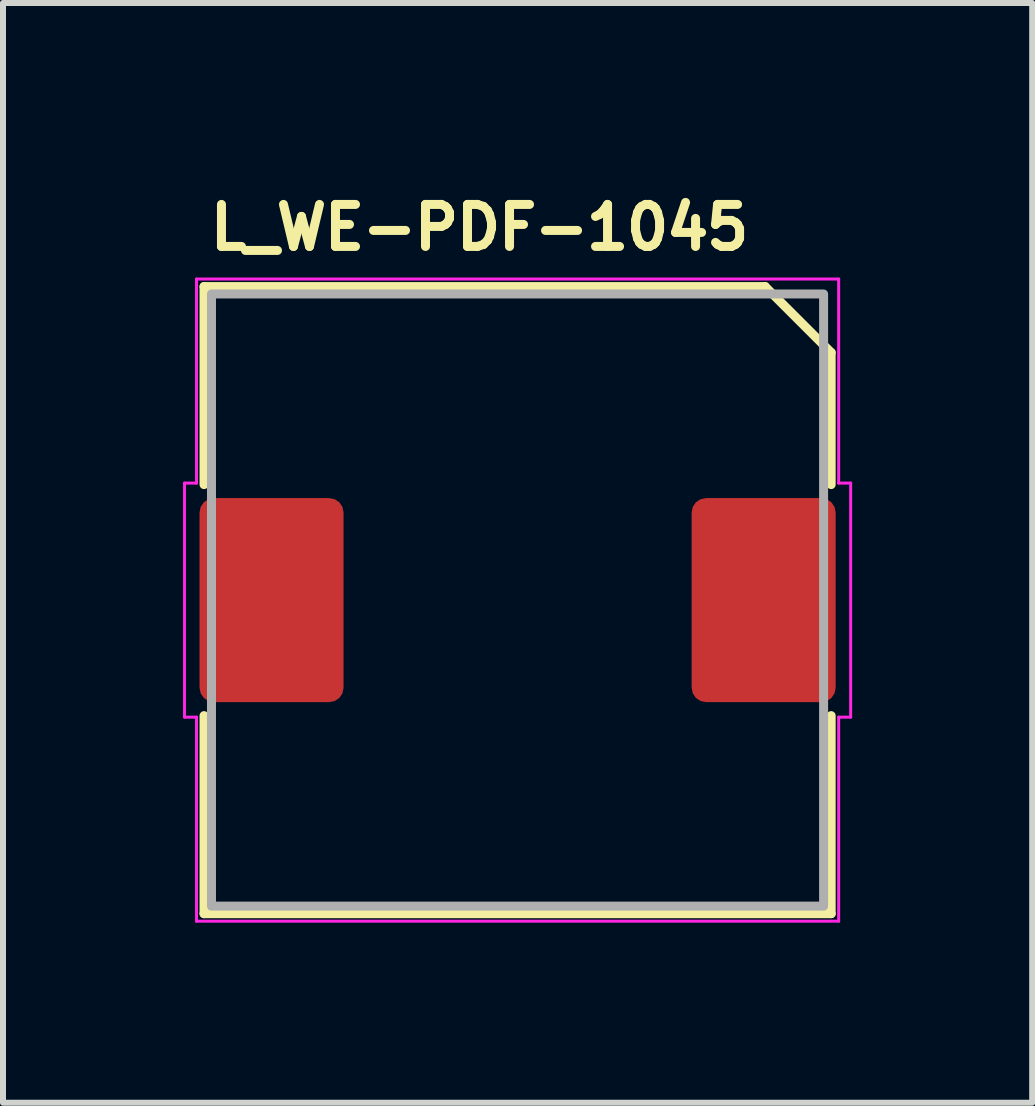
<source format=kicad_pcb>
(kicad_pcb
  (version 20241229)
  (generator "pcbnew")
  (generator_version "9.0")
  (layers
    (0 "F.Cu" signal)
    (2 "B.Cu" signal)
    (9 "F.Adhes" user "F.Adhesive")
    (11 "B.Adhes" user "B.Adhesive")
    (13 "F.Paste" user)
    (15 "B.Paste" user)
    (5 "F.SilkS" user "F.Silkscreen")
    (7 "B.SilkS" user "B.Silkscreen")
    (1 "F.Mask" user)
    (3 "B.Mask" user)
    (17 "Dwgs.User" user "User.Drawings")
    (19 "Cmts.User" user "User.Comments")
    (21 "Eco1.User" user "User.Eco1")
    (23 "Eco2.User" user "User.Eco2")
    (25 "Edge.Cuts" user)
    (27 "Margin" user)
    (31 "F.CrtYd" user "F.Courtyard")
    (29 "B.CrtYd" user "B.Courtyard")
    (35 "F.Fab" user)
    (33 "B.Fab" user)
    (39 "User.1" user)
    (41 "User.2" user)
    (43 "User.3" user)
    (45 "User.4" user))
  (footprint "L_WE-PDF-1045"
    (layer "F.Cu")
    (at 5.575 6.95)
    (property "Reference" "L_WE-PDF-1045" (at -5.2 -5.8 180) (layer "F.SilkS") (effects (font (size 0.7 0.7) (thickness 0.15)) (justify left bottom)))
    (attr smd)
    (fp_line (start -5.225 -5.225) (end 4.125 -5.225) (stroke (width 0.15) (type solid)) (layer "F.SilkS"))
    (fp_line (start -5.225 -1.925) (end -5.225 -5.225) (stroke (width 0.15) (type solid)) (layer "F.SilkS"))
    (fp_line (start -5.225 5.225) (end -5.225 1.925) (stroke (width 0.15) (type solid)) (layer "F.SilkS"))
    (fp_line (start 4.125 -5.225) (end 5.225 -4.125) (stroke (width 0.15) (type solid)) (layer "F.SilkS"))
    (fp_line (start 5.225 -4.125) (end 5.225 -1.925) (stroke (width 0.15) (type solid)) (layer "F.SilkS"))
    (fp_line (start 5.225 1.925) (end 5.225 5.225) (stroke (width 0.15) (type solid)) (layer "F.SilkS"))
    (fp_line (start 5.225 5.225) (end -5.225 5.225) (stroke (width 0.15) (type solid)) (layer "F.SilkS"))
    (fp_line (start -5.55 -1.95) (end -5.55 1.95) (stroke (width 0.05) (type solid)) (layer "F.CrtYd"))
    (fp_line (start -5.55 1.95) (end -5.35 1.95) (stroke (width 0.05) (type solid)) (layer "F.CrtYd"))
    (fp_line (start -5.35 -5.35) (end -5.35 -1.95) (stroke (width 0.05) (type solid)) (layer "F.CrtYd"))
    (fp_line (start -5.35 -1.95) (end -5.55 -1.95) (stroke (width 0.05) (type solid)) (layer "F.CrtYd"))
    (fp_line (start -5.35 1.95) (end -5.35 5.35) (stroke (width 0.05) (type solid)) (layer "F.CrtYd"))
    (fp_line (start -5.35 5.35) (end 5.35 5.35) (stroke (width 0.05) (type solid)) (layer "F.CrtYd"))
    (fp_line (start 5.35 -5.35) (end -5.35 -5.35) (stroke (width 0.05) (type solid)) (layer "F.CrtYd"))
    (fp_line (start 5.35 -1.95) (end 5.35 -5.35) (stroke (width 0.05) (type solid)) (layer "F.CrtYd"))
    (fp_line (start 5.35 1.95) (end 5.55 1.95) (stroke (width 0.05) (type solid)) (layer "F.CrtYd"))
    (fp_line (start 5.35 5.35) (end 5.35 1.95) (stroke (width 0.05) (type solid)) (layer "F.CrtYd"))
    (fp_line (start 5.55 -1.95) (end 5.35 -1.95) (stroke (width 0.05) (type solid)) (layer "F.CrtYd"))
    (fp_line (start 5.55 -1.95) (end 5.55 1.95) (stroke (width 0.05) (type solid)) (layer "F.CrtYd"))
    (fp_rect (start -5.101 -5.101) (end 5.099 5.099) (stroke (width 0.15) (type solid)) (fill no) (layer "F.Fab"))
    (fp_rect (start -5.1 -5.1) (end 5.1 5.1) (stroke (width 0.1) (type solid)) (fill no) (layer "User.5"))
    (fp_line (start -5.099 -4.099) (end -5.099 4.1) (stroke (width 0.02) (type solid)) (layer "User.9"))
    (fp_line (start -5.099 4.1) (end -5.097 4.151) (stroke (width 0.02) (type solid)) (layer "User.9"))
    (fp_line (start -5.097 -4.148) (end -5.099 -4.099) (stroke (width 0.02) (type solid)) (layer "User.9"))
    (fp_line (start -5.097 4.151) (end -5.094 4.199) (stroke (width 0.02) (type solid)) (layer "User.9"))
    (fp_line (start -5.094 -4.198) (end -5.097 -4.148) (stroke (width 0.02) (type solid)) (layer "User.9"))
    (fp_line (start -5.094 4.199) (end -5.089 4.249) (stroke (width 0.02) (type solid)) (layer "User.9"))
    (fp_line (start -5.089 -4.246) (end -5.094 -4.198) (stroke (width 0.02) (type solid)) (layer "User.9"))
    (fp_line (start -5.089 4.249) (end -5.079 4.297) (stroke (width 0.02) (type solid)) (layer "User.9"))
    (fp_line (start -5.079 -4.296) (end -5.089 -4.246) (stroke (width 0.02) (type solid)) (layer "User.9"))
    (fp_line (start -5.079 4.297) (end -5.068 4.345) (stroke (width 0.02) (type solid)) (layer "User.9"))
    (fp_line (start -5.068 -4.342) (end -5.079 -4.296) (stroke (width 0.02) (type solid)) (layer "User.9"))
    (fp_line (start -5.068 4.345) (end -5.055 4.391) (stroke (width 0.02) (type solid)) (layer "User.9"))
    (fp_line (start -5.055 -4.389) (end -5.068 -4.342) (stroke (width 0.02) (type solid)) (layer "User.9"))
    (fp_line (start -5.055 4.391) (end -5.041 4.438) (stroke (width 0.02) (type solid)) (layer "User.9"))
    (fp_line (start -5.041 -4.437) (end -5.055 -4.389) (stroke (width 0.02) (type solid)) (layer "User.9"))
    (fp_line (start -5.041 4.438) (end -5.022 4.483) (stroke (width 0.02) (type solid)) (layer "User.9"))
    (fp_line (start -5.022 -4.482) (end -5.041 -4.437) (stroke (width 0.02) (type solid)) (layer "User.9"))
    (fp_line (start -5.022 4.483) (end -5.004 4.529) (stroke (width 0.02) (type solid)) (layer "User.9"))
    (fp_line (start -5.004 -4.527) (end -5.022 -4.482) (stroke (width 0.02) (type solid)) (layer "User.9"))
    (fp_line (start -5.004 4.529) (end -4.982 4.571) (stroke (width 0.02) (type solid)) (layer "User.9"))
    (fp_line (start -4.982 -4.57) (end -5.004 -4.527) (stroke (width 0.02) (type solid)) (layer "User.9"))
    (fp_line (start -4.982 4.571) (end -4.958 4.614) (stroke (width 0.02) (type solid)) (layer "User.9"))
    (fp_line (start -4.958 -4.613) (end -4.982 -4.57) (stroke (width 0.02) (type solid)) (layer "User.9"))
    (fp_line (start -4.958 4.614) (end -4.93 4.656) (stroke (width 0.02) (type solid)) (layer "User.9"))
    (fp_line (start -4.93 -4.653) (end -4.958 -4.613) (stroke (width 0.02) (type solid)) (layer "User.9"))
    (fp_line (start -4.93 4.656) (end -4.903 4.696) (stroke (width 0.02) (type solid)) (layer "User.9"))
    (fp_line (start -4.903 -4.693) (end -4.93 -4.653) (stroke (width 0.02) (type solid)) (layer "User.9"))
    (fp_line (start -4.903 4.696) (end -4.873 4.734) (stroke (width 0.02) (type solid)) (layer "User.9"))
    (fp_line (start -4.873 -4.733) (end -4.903 -4.693) (stroke (width 0.02) (type solid)) (layer "User.9"))
    (fp_line (start -4.873 4.734) (end -4.841 4.773) (stroke (width 0.02) (type solid)) (layer "User.9"))
    (fp_line (start -4.841 -4.77) (end -4.873 -4.733) (stroke (width 0.02) (type solid)) (layer "User.9"))
    (fp_line (start -4.841 4.773) (end -4.807 4.808) (stroke (width 0.02) (type solid)) (layer "User.9"))
    (fp_line (start -4.807 -4.807) (end -4.841 -4.77) (stroke (width 0.02) (type solid)) (layer "User.9"))
    (fp_line (start -4.807 4.808) (end -4.77 4.843) (stroke (width 0.02) (type solid)) (layer "User.9"))
    (fp_line (start -4.77 -4.841) (end -4.807 -4.807) (stroke (width 0.02) (type solid)) (layer "User.9"))
    (fp_line (start -4.77 4.843) (end -4.733 4.874) (stroke (width 0.02) (type solid)) (layer "User.9"))
    (fp_line (start -4.733 -4.873) (end -4.77 -4.841) (stroke (width 0.02) (type solid)) (layer "User.9"))
    (fp_line (start -4.733 4.874) (end -4.693 4.904) (stroke (width 0.02) (type solid)) (layer "User.9"))
    (fp_line (start -4.693 -4.903) (end -4.733 -4.873) (stroke (width 0.02) (type solid)) (layer "User.9"))
    (fp_line (start -4.693 4.904) (end -4.653 4.933) (stroke (width 0.02) (type solid)) (layer "User.9"))
    (fp_line (start -4.653 -4.93) (end -4.693 -4.903) (stroke (width 0.02) (type solid)) (layer "User.9"))
    (fp_line (start -4.653 4.933) (end -4.613 4.96) (stroke (width 0.02) (type solid)) (layer "User.9"))
    (fp_line (start -4.613 -4.958) (end -4.653 -4.93) (stroke (width 0.02) (type solid)) (layer "User.9"))
    (fp_line (start -4.613 4.96) (end -4.57 4.984) (stroke (width 0.02) (type solid)) (layer "User.9"))
    (fp_line (start -4.57 -4.982) (end -4.613 -4.958) (stroke (width 0.02) (type solid)) (layer "User.9"))
    (fp_line (start -4.57 4.984) (end -4.527 5.005) (stroke (width 0.02) (type solid)) (layer "User.9"))
    (fp_line (start -4.527 -5.004) (end -4.57 -4.982) (stroke (width 0.02) (type solid)) (layer "User.9"))
    (fp_line (start -4.527 5.005) (end -4.482 5.024) (stroke (width 0.02) (type solid)) (layer "User.9"))
    (fp_line (start -4.482 -5.022) (end -4.527 -5.004) (stroke (width 0.02) (type solid)) (layer "User.9"))
    (fp_line (start -4.482 5.024) (end -4.437 5.042) (stroke (width 0.02) (type solid)) (layer "User.9"))
    (fp_line (start -4.437 -5.041) (end -4.482 -5.022) (stroke (width 0.02) (type solid)) (layer "User.9"))
    (fp_line (start -4.437 5.042) (end -4.389 5.058) (stroke (width 0.02) (type solid)) (layer "User.9"))
    (fp_line (start -4.4 -4.099) (end -4.4 -2.361) (stroke (width 0.02) (type solid)) (layer "User.9"))
    (fp_line (start -4.4 -2.361) (end -4.398 -2.35) (stroke (width 0.02) (type solid)) (layer "User.9"))
    (fp_line (start -4.398 -4.113) (end -4.4 -4.099) (stroke (width 0.02) (type solid)) (layer "User.9"))
    (fp_line (start -4.398 -2.35) (end -4.398 -2.341) (stroke (width 0.02) (type solid)) (layer "User.9"))
    (fp_line (start -4.398 -2.341) (end -4.397 -2.33) (stroke (width 0.02) (type solid)) (layer "User.9"))
    (fp_line (start -4.397 -4.129) (end -4.398 -4.113) (stroke (width 0.02) (type solid)) (layer "User.9"))
    (fp_line (start -4.397 -2.33) (end -4.395 -2.322) (stroke (width 0.02) (type solid)) (layer "User.9"))
    (fp_line (start -4.397 -0.138) (end -4.395 0.186) (stroke (width 0.02) (type solid)) (layer "User.9"))
    (fp_line (start -4.395 -4.144) (end -4.397 -4.129) (stroke (width 0.02) (type solid)) (layer "User.9"))
    (fp_line (start -4.395 -2.322) (end -4.392 -2.311) (stroke (width 0.02) (type solid)) (layer "User.9"))
    (fp_line (start -4.395 0.186) (end -4.37 0.509) (stroke (width 0.02) (type solid)) (layer "User.9"))
    (fp_line (start -4.394 -4.158) (end -4.395 -4.144) (stroke (width 0.02) (type solid)) (layer "User.9"))
    (fp_line (start -4.392 -2.311) (end -4.39 -2.302) (stroke (width 0.02) (type solid)) (layer "User.9"))
    (fp_line (start -4.39 -2.302) (end -4.387 -2.293) (stroke (width 0.02) (type solid)) (layer "User.9"))
    (fp_line (start -4.389 -5.055) (end -4.437 -5.041) (stroke (width 0.02) (type solid)) (layer "User.9"))
    (fp_line (start -4.389 -4.172) (end -4.394 -4.158) (stroke (width 0.02) (type solid)) (layer "User.9"))
    (fp_line (start -4.389 5.058) (end -4.342 5.071) (stroke (width 0.02) (type solid)) (layer "User.9"))
    (fp_line (start -4.387 -4.187) (end -4.389 -4.172) (stroke (width 0.02) (type solid)) (layer "User.9"))
    (fp_line (start -4.387 -2.293) (end -4.384 -2.284) (stroke (width 0.02) (type solid)) (layer "User.9"))
    (fp_line (start -4.384 -2.284) (end -4.379 -2.276) (stroke (width 0.02) (type solid)) (layer "User.9"))
    (fp_line (start -4.381 -4.201) (end -4.387 -4.187) (stroke (width 0.02) (type solid)) (layer "User.9"))
    (fp_line (start -4.379 -2.276) (end -4.376 -2.266) (stroke (width 0.02) (type solid)) (layer "User.9"))
    (fp_line (start -4.376 -4.214) (end -4.381 -4.201) (stroke (width 0.02) (type solid)) (layer "User.9"))
    (fp_line (start -4.376 -2.266) (end -4.371 -2.257) (stroke (width 0.02) (type solid)) (layer "User.9"))
    (fp_line (start -4.374 -0.463) (end -4.397 -0.138) (stroke (width 0.02) (type solid)) (layer "User.9"))
    (fp_line (start -4.371 -4.227) (end -4.376 -4.214) (stroke (width 0.02) (type solid)) (layer "User.9"))
    (fp_line (start -4.371 -2.257) (end -4.365 -2.249) (stroke (width 0.02) (type solid)) (layer "User.9"))
    (fp_line (start -4.37 0.509) (end -4.32 0.829) (stroke (width 0.02) (type solid)) (layer "User.9"))
    (fp_line (start -4.365 -2.249) (end -4.36 -2.241) (stroke (width 0.02) (type solid)) (layer "User.9"))
    (fp_line (start -4.363 -4.24) (end -4.371 -4.227) (stroke (width 0.02) (type solid)) (layer "User.9"))
    (fp_line (start -4.36 -2.241) (end -4.354 -2.233) (stroke (width 0.02) (type solid)) (layer "User.9"))
    (fp_line (start -4.357 -4.254) (end -4.363 -4.24) (stroke (width 0.02) (type solid)) (layer "User.9"))
    (fp_line (start -4.354 -2.233) (end -4.347 -2.226) (stroke (width 0.02) (type solid)) (layer "User.9"))
    (fp_line (start -4.349 -4.265) (end -4.357 -4.254) (stroke (width 0.02) (type solid)) (layer "User.9"))
    (fp_line (start -4.347 -2.226) (end -4.341 -2.22) (stroke (width 0.02) (type solid)) (layer "User.9"))
    (fp_line (start -4.342 -5.068) (end -4.389 -5.055) (stroke (width 0.02) (type solid)) (layer "User.9"))
    (fp_line (start -4.342 5.071) (end -4.296 5.082) (stroke (width 0.02) (type solid)) (layer "User.9"))
    (fp_line (start -4.341 -4.278) (end -4.349 -4.265) (stroke (width 0.02) (type solid)) (layer "User.9"))
    (fp_line (start -4.341 -2.22) (end -4.083 -1.961) (stroke (width 0.02) (type solid)) (layer "User.9"))
    (fp_line (start -4.331 -4.289) (end -4.341 -4.278) (stroke (width 0.02) (type solid)) (layer "User.9"))
    (fp_line (start -4.328 -0.787) (end -4.374 -0.463) (stroke (width 0.02) (type solid)) (layer "User.9"))
    (fp_line (start -4.321 -4.301) (end -4.331 -4.289) (stroke (width 0.02) (type solid)) (layer "User.9"))
    (fp_line (start -4.32 0.829) (end -4.248 1.143) (stroke (width 0.02) (type solid)) (layer "User.9"))
    (fp_line (start -4.312 -4.312) (end -4.321 -4.301) (stroke (width 0.02) (type solid)) (layer "User.9"))
    (fp_line (start -4.301 -4.321) (end -4.312 -4.312) (stroke (width 0.02) (type solid)) (layer "User.9"))
    (fp_line (start -4.296 -5.079) (end -4.342 -5.068) (stroke (width 0.02) (type solid)) (layer "User.9"))
    (fp_line (start -4.296 5.082) (end -4.246 5.09) (stroke (width 0.02) (type solid)) (layer "User.9"))
    (fp_line (start -4.289 -4.331) (end -4.301 -4.321) (stroke (width 0.02) (type solid)) (layer "User.9"))
    (fp_line (start -4.278 -4.341) (end -4.289 -4.331) (stroke (width 0.02) (type solid)) (layer "User.9"))
    (fp_line (start -4.265 -4.349) (end -4.278 -4.341) (stroke (width 0.02) (type solid)) (layer "User.9"))
    (fp_line (start -4.256 -1.108) (end -4.328 -0.787) (stroke (width 0.02) (type solid)) (layer "User.9"))
    (fp_line (start -4.254 -4.357) (end -4.265 -4.349) (stroke (width 0.02) (type solid)) (layer "User.9"))
    (fp_line (start -4.248 1.143) (end -4.153 1.454) (stroke (width 0.02) (type solid)) (layer "User.9"))
    (fp_line (start -4.246 -5.089) (end -4.296 -5.079) (stroke (width 0.02) (type solid)) (layer "User.9"))
    (fp_line (start -4.246 5.09) (end -4.198 5.096) (stroke (width 0.02) (type solid)) (layer "User.9"))
    (fp_line (start -4.24 -4.363) (end -4.254 -4.357) (stroke (width 0.02) (type solid)) (layer "User.9"))
    (fp_line (start -4.227 -4.371) (end -4.24 -4.363) (stroke (width 0.02) (type solid)) (layer "User.9"))
    (fp_line (start -4.214 -4.376) (end -4.227 -4.371) (stroke (width 0.02) (type solid)) (layer "User.9"))
    (fp_line (start -4.201 -4.381) (end -4.214 -4.376) (stroke (width 0.02) (type solid)) (layer "User.9"))
    (fp_line (start -4.198 -5.094) (end -4.246 -5.089) (stroke (width 0.02) (type solid)) (layer "User.9"))
    (fp_line (start -4.198 5.096) (end -4.148 5.1) (stroke (width 0.02) (type solid)) (layer "User.9"))
    (fp_line (start -4.187 -4.387) (end -4.201 -4.381) (stroke (width 0.02) (type solid)) (layer "User.9"))
    (fp_line (start -4.172 -4.389) (end -4.187 -4.387) (stroke (width 0.02) (type solid)) (layer "User.9"))
    (fp_line (start -4.161 -1.427) (end -4.256 -1.108) (stroke (width 0.02) (type solid)) (layer "User.9"))
    (fp_line (start -4.158 -4.394) (end -4.172 -4.389) (stroke (width 0.02) (type solid)) (layer "User.9"))
    (fp_line (start -4.153 1.454) (end -4.035 1.756) (stroke (width 0.02) (type solid)) (layer "User.9"))
    (fp_line (start -4.15 -2.052) (end -3.217 -2.983) (stroke (width 0.02) (type solid)) (layer "User.9"))
    (fp_line (start -4.15 -2.027) (end -4.15 -2.052) (stroke (width 0.02) (type solid)) (layer "User.9"))
    (fp_line (start -4.15 1.464) (end -4.15 -1.461) (stroke (width 0.02) (type solid)) (layer "User.9"))
    (fp_line (start -4.148 -5.097) (end -4.198 -5.094) (stroke (width 0.02) (type solid)) (layer "User.9"))
    (fp_line (start -4.148 5.1) (end -4.099 5.101) (stroke (width 0.02) (type solid)) (layer "User.9"))
    (fp_line (start -4.144 -4.395) (end -4.158 -4.394) (stroke (width 0.02) (type solid)) (layer "User.9"))
    (fp_line (start -4.129 -4.397) (end -4.144 -4.395) (stroke (width 0.02) (type solid)) (layer "User.9"))
    (fp_line (start -4.113 -4.398) (end -4.129 -4.397) (stroke (width 0.02) (type solid)) (layer "User.9"))
    (fp_line (start -4.099 -5.099) (end -4.148 -5.097) (stroke (width 0.02) (type solid)) (layer "User.9"))
    (fp_line (start -4.099 -4.4) (end -4.113 -4.398) (stroke (width 0.02) (type solid)) (layer "User.9"))
    (fp_line (start -4.099 0) (end -4.094 0.211) (stroke (width 0.02) (type solid)) (layer "User.9"))
    (fp_line (start -4.099 5.101) (end 4.1 5.101) (stroke (width 0.02) (type solid)) (layer "User.9"))
    (fp_line (start -4.094 -0.209) (end -4.099 0) (stroke (width 0.02) (type solid)) (layer "User.9"))
    (fp_line (start -4.094 0.211) (end -4.078 0.42) (stroke (width 0.02) (type solid)) (layer "User.9"))
    (fp_line (start -4.078 -0.418) (end -4.094 -0.209) (stroke (width 0.02) (type solid)) (layer "User.9"))
    (fp_line (start -4.078 0.42) (end -4.052 0.625) (stroke (width 0.02) (type solid)) (layer "User.9"))
    (fp_line (start -4.071 -1.949) (end -4.083 -1.961) (stroke (width 0.02) (type solid)) (layer "User.9"))
    (fp_line (start -4.068 -3.836) (end -3.012 -2.78) (stroke (width 0.02) (type solid)) (layer "User.9"))
    (fp_line (start -4.065 -3.833) (end -4.4 -3.499) (stroke (width 0.02) (type solid)) (layer "User.9"))
    (fp_line (start -4.062 -1.937) (end -4.071 -1.949) (stroke (width 0.02) (type solid)) (layer "User.9"))
    (fp_line (start -4.054 -1.925) (end -4.062 -1.937) (stroke (width 0.02) (type solid)) (layer "User.9"))
    (fp_line (start -4.052 -0.623) (end -4.078 -0.418) (stroke (width 0.02) (type solid)) (layer "User.9"))
    (fp_line (start -4.052 0.625) (end -4.015 0.828) (stroke (width 0.02) (type solid)) (layer "User.9"))
    (fp_line (start -4.046 -1.912) (end -4.054 -1.925) (stroke (width 0.02) (type solid)) (layer "User.9"))
    (fp_line (start -4.041 -1.9) (end -4.046 -1.912) (stroke (width 0.02) (type solid)) (layer "User.9"))
    (fp_line (start -4.039 -1.741) (end -4.161 -1.427) (stroke (width 0.02) (type solid)) (layer "User.9"))
    (fp_line (start -4.039 -1.741) (end -4.035 -1.755) (stroke (width 0.02) (type solid)) (layer "User.9"))
    (fp_line (start -4.035 -1.886) (end -4.041 -1.9) (stroke (width 0.02) (type solid)) (layer "User.9"))
    (fp_line (start -4.035 -1.755) (end -4.03 -1.769) (stroke (width 0.02) (type solid)) (layer "User.9"))
    (fp_line (start -4.035 1.756) (end -3.894 2.049) (stroke (width 0.02) (type solid)) (layer "User.9"))
    (fp_line (start -4.03 -1.872) (end -4.035 -1.886) (stroke (width 0.02) (type solid)) (layer "User.9"))
    (fp_line (start -4.03 -1.769) (end -4.027 -1.783) (stroke (width 0.02) (type solid)) (layer "User.9"))
    (fp_line (start -4.028 -1.856) (end -4.03 -1.872) (stroke (width 0.02) (type solid)) (layer "User.9"))
    (fp_line (start -4.027 -1.783) (end -4.025 -1.798) (stroke (width 0.02) (type solid)) (layer "User.9"))
    (fp_line (start -4.025 -1.842) (end -4.028 -1.856) (stroke (width 0.02) (type solid)) (layer "User.9"))
    (fp_line (start -4.025 -1.798) (end -4.023 -1.814) (stroke (width 0.02) (type solid)) (layer "User.9"))
    (fp_line (start -4.023 -1.828) (end -4.025 -1.842) (stroke (width 0.02) (type solid)) (layer "User.9"))
    (fp_line (start -4.023 -1.814) (end -4.023 -1.828) (stroke (width 0.02) (type solid)) (layer "User.9"))
    (fp_line (start -4.015 -0.826) (end -4.052 -0.623) (stroke (width 0.02) (type solid)) (layer "User.9"))
    (fp_line (start -4.015 0.828) (end -3.97 1.025) (stroke (width 0.02) (type solid)) (layer "User.9"))
    (fp_line (start -3.999 0) (end -3.994 0.207) (stroke (width 0.02) (type solid)) (layer "User.9"))
    (fp_line (start -3.994 -0.205) (end -3.999 0) (stroke (width 0.02) (type solid)) (layer "User.9"))
    (fp_line (start -3.994 0.207) (end -3.979 0.41) (stroke (width 0.02) (type solid)) (layer "User.9"))
    (fp_line (start -3.979 -0.408) (end -3.994 -0.205) (stroke (width 0.02) (type solid)) (layer "User.9"))
    (fp_line (start -3.979 0.41) (end -3.953 0.61) (stroke (width 0.02) (type solid)) (layer "User.9"))
    (fp_line (start -3.97 -1.024) (end -4.015 -0.826) (stroke (width 0.02) (type solid)) (layer "User.9"))
    (fp_line (start -3.97 1.025) (end -3.914 1.22) (stroke (width 0.02) (type solid)) (layer "User.9"))
    (fp_line (start -3.953 -0.608) (end -3.979 -0.408) (stroke (width 0.02) (type solid)) (layer "User.9"))
    (fp_line (start -3.953 0.61) (end -3.918 0.808) (stroke (width 0.02) (type solid)) (layer "User.9"))
    (fp_line (start -3.918 -0.806) (end -3.953 -0.608) (stroke (width 0.02) (type solid)) (layer "User.9"))
    (fp_line (start -3.918 0.808) (end -3.874 1) (stroke (width 0.02) (type solid)) (layer "User.9"))
    (fp_line (start -3.914 -1.219) (end -3.97 -1.024) (stroke (width 0.02) (type solid)) (layer "User.9"))
    (fp_line (start -3.914 1.22) (end -3.85 1.41) (stroke (width 0.02) (type solid)) (layer "User.9"))
    (fp_line (start -3.894 2.049) (end -3.73 2.334) (stroke (width 0.02) (type solid)) (layer "User.9"))
    (fp_line (start -3.874 -0.998) (end -3.918 -0.806) (stroke (width 0.02) (type solid)) (layer "User.9"))
    (fp_line (start -3.874 1) (end -3.82 1.19) (stroke (width 0.02) (type solid)) (layer "User.9"))
    (fp_line (start -3.85 -1.409) (end -3.914 -1.219) (stroke (width 0.02) (type solid)) (layer "User.9"))
    (fp_line (start -3.85 1.41) (end -3.777 1.597) (stroke (width 0.02) (type solid)) (layer "User.9"))
    (fp_line (start -3.836 -4.068) (end -4.068 -3.836) (stroke (width 0.02) (type solid)) (layer "User.9"))
    (fp_line (start -3.833 -4.065) (end -3.691 -4.208) (stroke (width 0.02) (type solid)) (layer "User.9"))
    (fp_line (start -3.82 -1.189) (end -3.874 -0.998) (stroke (width 0.02) (type solid)) (layer "User.9"))
    (fp_line (start -3.82 1.19) (end -3.757 1.377) (stroke (width 0.02) (type solid)) (layer "User.9"))
    (fp_line (start -3.777 -1.594) (end -3.85 -1.409) (stroke (width 0.02) (type solid)) (layer "User.9"))
    (fp_line (start -3.777 1.597) (end -3.695 1.778) (stroke (width 0.02) (type solid)) (layer "User.9"))
    (fp_line (start -3.757 -1.374) (end -3.82 -1.189) (stroke (width 0.02) (type solid)) (layer "User.9"))
    (fp_line (start -3.757 1.377) (end -3.684 1.557) (stroke (width 0.02) (type solid)) (layer "User.9"))
    (fp_line (start -3.73 2.334) (end -3.546 2.605) (stroke (width 0.02) (type solid)) (layer "User.9"))
    (fp_line (start -3.695 -1.777) (end -3.777 -1.594) (stroke (width 0.02) (type solid)) (layer "User.9"))
    (fp_line (start -3.695 1.778) (end -3.604 1.956) (stroke (width 0.02) (type solid)) (layer "User.9"))
    (fp_line (start -3.691 -4.208) (end -2.842 -3.358) (stroke (width 0.02) (type solid)) (layer "User.9"))
    (fp_line (start -3.684 -1.556) (end -3.757 -1.374) (stroke (width 0.02) (type solid)) (layer "User.9"))
    (fp_line (start -3.684 1.557) (end -3.604 1.736) (stroke (width 0.02) (type solid)) (layer "User.9"))
    (fp_line (start -3.604 -1.953) (end -3.695 -1.777) (stroke (width 0.02) (type solid)) (layer "User.9"))
    (fp_line (start -3.604 -1.733) (end -3.684 -1.556) (stroke (width 0.02) (type solid)) (layer "User.9"))
    (fp_line (start -3.604 1.736) (end -3.516 1.907) (stroke (width 0.02) (type solid)) (layer "User.9"))
    (fp_line (start -3.604 1.956) (end -3.506 2.126) (stroke (width 0.02) (type solid)) (layer "User.9"))
    (fp_line (start -3.546 2.605) (end -3.338 2.866) (stroke (width 0.02) (type solid)) (layer "User.9"))
    (fp_line (start -3.516 -1.906) (end -3.604 -1.733) (stroke (width 0.02) (type solid)) (layer "User.9"))
    (fp_line (start -3.516 1.907) (end -3.419 2.076) (stroke (width 0.02) (type solid)) (layer "User.9"))
    (fp_line (start -3.506 -2.124) (end -3.604 -1.953) (stroke (width 0.02) (type solid)) (layer "User.9"))
    (fp_line (start -3.506 2.126) (end -3.398 2.294) (stroke (width 0.02) (type solid)) (layer "User.9"))
    (fp_line (start -3.419 -2.073) (end -3.516 -1.906) (stroke (width 0.02) (type solid)) (layer "User.9"))
    (fp_line (start -3.419 2.076) (end -3.316 2.238) (stroke (width 0.02) (type solid)) (layer "User.9"))
    (fp_line (start -3.398 -2.292) (end -3.506 -2.124) (stroke (width 0.02) (type solid)) (layer "User.9"))
    (fp_line (start -3.398 2.294) (end -3.285 2.455) (stroke (width 0.02) (type solid)) (layer "User.9"))
    (fp_line (start -3.338 2.866) (end -3.111 3.113) (stroke (width 0.02) (type solid)) (layer "User.9"))
    (fp_line (start -3.316 -2.236) (end -3.419 -2.073) (stroke (width 0.02) (type solid)) (layer "User.9"))
    (fp_line (start -3.316 2.238) (end -3.205 2.395) (stroke (width 0.02) (type solid)) (layer "User.9"))
    (fp_line (start -3.285 -2.452) (end -3.398 -2.292) (stroke (width 0.02) (type solid)) (layer "User.9"))
    (fp_line (start -3.285 2.455) (end -3.163 2.609) (stroke (width 0.02) (type solid)) (layer "User.9"))
    (fp_line (start -3.232 -3.748) (end -3.123 -3.839) (stroke (width 0.02) (type solid)) (layer "User.9"))
    (fp_line (start -3.205 -2.393) (end -3.316 -2.236) (stroke (width 0.02) (type solid)) (layer "User.9"))
    (fp_line (start -3.205 2.395) (end -3.085 2.545) (stroke (width 0.02) (type solid)) (layer "User.9"))
    (fp_line (start -3.163 -2.607) (end -3.285 -2.452) (stroke (width 0.02) (type solid)) (layer "User.9"))
    (fp_line (start -3.163 2.609) (end -3.034 2.758) (stroke (width 0.02) (type solid)) (layer "User.9"))
    (fp_line (start -3.123 -3.839) (end -3.011 -3.927) (stroke (width 0.02) (type solid)) (layer "User.9"))
    (fp_line (start -3.111 3.113) (end -2.863 3.34) (stroke (width 0.02) (type solid)) (layer "User.9"))
    (fp_line (start -3.085 -2.543) (end -3.205 -2.393) (stroke (width 0.02) (type solid)) (layer "User.9"))
    (fp_line (start -3.085 2.545) (end -2.959 2.69) (stroke (width 0.02) (type solid)) (layer "User.9"))
    (fp_line (start -3.034 -2.756) (end -3.163 -2.607) (stroke (width 0.02) (type solid)) (layer "User.9"))
    (fp_line (start -3.034 2.758) (end -2.898 2.9) (stroke (width 0.02) (type solid)) (layer "User.9"))
    (fp_line (start -3.011 -3.927) (end -2.897 -4.012) (stroke (width 0.02) (type solid)) (layer "User.9"))
    (fp_line (start -2.983 -3.217) (end -3.833 -4.065) (stroke (width 0.02) (type solid)) (layer "User.9"))
    (fp_line (start -2.983 -3.217) (end -2.78 -3.012) (stroke (width 0.02) (type solid)) (layer "User.9"))
    (fp_line (start -2.959 -2.689) (end -3.085 -2.543) (stroke (width 0.02) (type solid)) (layer "User.9"))
    (fp_line (start -2.959 2.69) (end -2.827 2.83) (stroke (width 0.02) (type solid)) (layer "User.9"))
    (fp_line (start -2.898 -2.898) (end -3.034 -2.756) (stroke (width 0.02) (type solid)) (layer "User.9"))
    (fp_line (start -2.898 2.9) (end -2.756 3.036) (stroke (width 0.02) (type solid)) (layer "User.9"))
    (fp_line (start -2.897 -4.012) (end -2.78 -4.094) (stroke (width 0.02) (type solid)) (layer "User.9"))
    (fp_line (start -2.863 3.34) (end -2.604 3.548) (stroke (width 0.02) (type solid)) (layer "User.9"))
    (fp_line (start -2.854 3.35) (end -3.347 2.855) (stroke (width 0.02) (type solid)) (layer "User.9"))
    (fp_line (start -2.842 -3.358) (end -2.983 -3.217) (stroke (width 0.02) (type solid)) (layer "User.9"))
    (fp_line (start -2.827 -2.827) (end -2.959 -2.689) (stroke (width 0.02) (type solid)) (layer "User.9"))
    (fp_line (start -2.827 2.83) (end -2.689 2.961) (stroke (width 0.02) (type solid)) (layer "User.9"))
    (fp_line (start -2.78 -4.094) (end -2.66 -4.172) (stroke (width 0.02) (type solid)) (layer "User.9"))
    (fp_line (start -2.756 -3.034) (end -2.898 -2.898) (stroke (width 0.02) (type solid)) (layer "User.9"))
    (fp_line (start -2.756 3.036) (end -2.607 3.165) (stroke (width 0.02) (type solid)) (layer "User.9"))
    (fp_line (start -2.689 -2.959) (end -2.827 -2.827) (stroke (width 0.02) (type solid)) (layer "User.9"))
    (fp_line (start -2.689 2.961) (end -2.543 3.088) (stroke (width 0.02) (type solid)) (layer "User.9"))
    (fp_line (start -2.66 -4.172) (end -2.539 -4.248) (stroke (width 0.02) (type solid)) (layer "User.9"))
    (fp_line (start -2.607 -3.163) (end -2.756 -3.034) (stroke (width 0.02) (type solid)) (layer "User.9"))
    (fp_line (start -2.607 3.165) (end -2.452 3.286) (stroke (width 0.02) (type solid)) (layer "User.9"))
    (fp_line (start -2.604 3.548) (end -2.331 3.733) (stroke (width 0.02) (type solid)) (layer "User.9"))
    (fp_line (start -2.543 -3.085) (end -2.689 -2.959) (stroke (width 0.02) (type solid)) (layer "User.9"))
    (fp_line (start -2.543 3.088) (end -2.393 3.206) (stroke (width 0.02) (type solid)) (layer "User.9"))
    (fp_line (start -2.539 -4.248) (end -2.417 -4.318) (stroke (width 0.02) (type solid)) (layer "User.9"))
    (fp_line (start -2.452 -3.285) (end -2.607 -3.163) (stroke (width 0.02) (type solid)) (layer "User.9"))
    (fp_line (start -2.452 3.286) (end -2.292 3.4) (stroke (width 0.02) (type solid)) (layer "User.9"))
    (fp_line (start -2.417 -4.318) (end -2.29 -4.387) (stroke (width 0.02) (type solid)) (layer "User.9"))
    (fp_line (start -2.393 -3.205) (end -2.543 -3.085) (stroke (width 0.02) (type solid)) (layer "User.9"))
    (fp_line (start -2.393 3.206) (end -2.236 3.318) (stroke (width 0.02) (type solid)) (layer "User.9"))
    (fp_line (start -2.361 -4.4) (end -4.099 -4.4) (stroke (width 0.02) (type solid)) (layer "User.9"))
    (fp_line (start -2.35 -4.398) (end -2.361 -4.4) (stroke (width 0.02) (type solid)) (layer "User.9"))
    (fp_line (start -2.341 -4.398) (end -2.35 -4.398) (stroke (width 0.02) (type solid)) (layer "User.9"))
    (fp_line (start -2.331 3.733) (end -2.048 3.895) (stroke (width 0.02) (type solid)) (layer "User.9"))
    (fp_line (start -2.33 -4.397) (end -2.341 -4.398) (stroke (width 0.02) (type solid)) (layer "User.9"))
    (fp_line (start -2.322 -4.395) (end -2.33 -4.397) (stroke (width 0.02) (type solid)) (layer "User.9"))
    (fp_line (start -2.311 -4.392) (end -2.322 -4.395) (stroke (width 0.02) (type solid)) (layer "User.9"))
    (fp_line (start -2.302 -4.39) (end -2.311 -4.392) (stroke (width 0.02) (type solid)) (layer "User.9"))
    (fp_line (start -2.293 -4.387) (end -2.302 -4.39) (stroke (width 0.02) (type solid)) (layer "User.9"))
    (fp_line (start -2.292 -3.398) (end -2.452 -3.285) (stroke (width 0.02) (type solid)) (layer "User.9"))
    (fp_line (start -2.292 3.4) (end -2.124 3.508) (stroke (width 0.02) (type solid)) (layer "User.9"))
    (fp_line (start -2.284 -4.384) (end -2.293 -4.387) (stroke (width 0.02) (type solid)) (layer "User.9"))
    (fp_line (start -2.276 -4.379) (end -2.284 -4.384) (stroke (width 0.02) (type solid)) (layer "User.9"))
    (fp_line (start -2.266 -4.376) (end -2.276 -4.379) (stroke (width 0.02) (type solid)) (layer "User.9"))
    (fp_line (start -2.257 -4.371) (end -2.266 -4.376) (stroke (width 0.02) (type solid)) (layer "User.9"))
    (fp_line (start -2.249 -4.365) (end -2.257 -4.371) (stroke (width 0.02) (type solid)) (layer "User.9"))
    (fp_line (start -2.241 -4.36) (end -2.249 -4.365) (stroke (width 0.02) (type solid)) (layer "User.9"))
    (fp_line (start -2.236 -3.316) (end -2.393 -3.205) (stroke (width 0.02) (type solid)) (layer "User.9"))
    (fp_line (start -2.236 3.318) (end -2.073 3.422) (stroke (width 0.02) (type solid)) (layer "User.9"))
    (fp_line (start -2.233 -4.354) (end -2.241 -4.36) (stroke (width 0.02) (type solid)) (layer "User.9"))
    (fp_line (start -2.226 -4.347) (end -2.233 -4.354) (stroke (width 0.02) (type solid)) (layer "User.9"))
    (fp_line (start -2.22 -4.341) (end -2.226 -4.347) (stroke (width 0.02) (type solid)) (layer "User.9"))
    (fp_line (start -2.124 -3.506) (end -2.292 -3.398) (stroke (width 0.02) (type solid)) (layer "User.9"))
    (fp_line (start -2.124 3.508) (end -1.953 3.606) (stroke (width 0.02) (type solid)) (layer "User.9"))
    (fp_line (start -2.073 -3.419) (end -2.236 -3.316) (stroke (width 0.02) (type solid)) (layer "User.9"))
    (fp_line (start -2.073 3.422) (end -1.906 3.519) (stroke (width 0.02) (type solid)) (layer "User.9"))
    (fp_line (start -2.048 3.895) (end -1.753 4.037) (stroke (width 0.02) (type solid)) (layer "User.9"))
    (fp_line (start -1.961 -4.083) (end -2.22 -4.341) (stroke (width 0.02) (type solid)) (layer "User.9"))
    (fp_line (start -1.961 -4.083) (end -1.949 -4.071) (stroke (width 0.02) (type solid)) (layer "User.9"))
    (fp_line (start -1.953 -3.604) (end -2.124 -3.506) (stroke (width 0.02) (type solid)) (layer "User.9"))
    (fp_line (start -1.953 3.606) (end -1.777 3.697) (stroke (width 0.02) (type solid)) (layer "User.9"))
    (fp_line (start -1.949 -4.071) (end -1.937 -4.062) (stroke (width 0.02) (type solid)) (layer "User.9"))
    (fp_line (start -1.937 -4.062) (end -1.925 -4.054) (stroke (width 0.02) (type solid)) (layer "User.9"))
    (fp_line (start -1.925 -4.054) (end -1.912 -4.046) (stroke (width 0.02) (type solid)) (layer "User.9"))
    (fp_line (start -1.912 -4.046) (end -1.9 -4.041) (stroke (width 0.02) (type solid)) (layer "User.9"))
    (fp_line (start -1.906 -3.516) (end -2.073 -3.419) (stroke (width 0.02) (type solid)) (layer "User.9"))
    (fp_line (start -1.906 3.519) (end -1.733 3.606) (stroke (width 0.02) (type solid)) (layer "User.9"))
    (fp_line (start -1.9 -4.041) (end -1.886 -4.035) (stroke (width 0.02) (type solid)) (layer "User.9"))
    (fp_line (start -1.886 -4.035) (end -1.872 -4.03) (stroke (width 0.02) (type solid)) (layer "User.9"))
    (fp_line (start -1.872 -4.03) (end -1.856 -4.028) (stroke (width 0.02) (type solid)) (layer "User.9"))
    (fp_line (start -1.856 -4.028) (end -1.842 -4.025) (stroke (width 0.02) (type solid)) (layer "User.9"))
    (fp_line (start -1.842 -4.025) (end -1.828 -4.023) (stroke (width 0.02) (type solid)) (layer "User.9"))
    (fp_line (start -1.828 -4.023) (end -1.814 -4.023) (stroke (width 0.02) (type solid)) (layer "User.9"))
    (fp_line (start -1.814 -4.023) (end -1.798 -4.025) (stroke (width 0.02) (type solid)) (layer "User.9"))
    (fp_line (start -1.798 -4.025) (end -1.783 -4.027) (stroke (width 0.02) (type solid)) (layer "User.9"))
    (fp_line (start -1.783 -4.027) (end -1.769 -4.03) (stroke (width 0.02) (type solid)) (layer "User.9"))
    (fp_line (start -1.777 -3.695) (end -1.953 -3.604) (stroke (width 0.02) (type solid)) (layer "User.9"))
    (fp_line (start -1.777 3.697) (end -1.594 3.778) (stroke (width 0.02) (type solid)) (layer "User.9"))
    (fp_line (start -1.769 -4.03) (end -1.755 -4.035) (stroke (width 0.02) (type solid)) (layer "User.9"))
    (fp_line (start -1.755 -4.035) (end -1.741 -4.039) (stroke (width 0.02) (type solid)) (layer "User.9"))
    (fp_line (start -1.753 4.037) (end -1.451 4.154) (stroke (width 0.02) (type solid)) (layer "User.9"))
    (fp_line (start -1.733 -3.604) (end -1.906 -3.516) (stroke (width 0.02) (type solid)) (layer "User.9"))
    (fp_line (start -1.733 3.606) (end -1.556 3.686) (stroke (width 0.02) (type solid)) (layer "User.9"))
    (fp_line (start -1.594 -3.777) (end -1.777 -3.695) (stroke (width 0.02) (type solid)) (layer "User.9"))
    (fp_line (start -1.594 3.778) (end -1.409 3.852) (stroke (width 0.02) (type solid)) (layer "User.9"))
    (fp_line (start -1.556 -3.684) (end -1.733 -3.604) (stroke (width 0.02) (type solid)) (layer "User.9"))
    (fp_line (start -1.556 3.686) (end -1.374 3.758) (stroke (width 0.02) (type solid)) (layer "User.9"))
    (fp_line (start -1.451 4.154) (end -1.142 4.249) (stroke (width 0.02) (type solid)) (layer "User.9"))
    (fp_line (start -1.427 -4.161) (end -1.741 -4.039) (stroke (width 0.02) (type solid)) (layer "User.9"))
    (fp_line (start -1.409 -3.85) (end -1.594 -3.777) (stroke (width 0.02) (type solid)) (layer "User.9"))
    (fp_line (start -1.409 3.852) (end -1.219 3.916) (stroke (width 0.02) (type solid)) (layer "User.9"))
    (fp_line (start -1.374 -3.757) (end -1.556 -3.684) (stroke (width 0.02) (type solid)) (layer "User.9"))
    (fp_line (start -1.374 3.758) (end -1.189 3.822) (stroke (width 0.02) (type solid)) (layer "User.9"))
    (fp_line (start -1.219 -3.914) (end -1.409 -3.85) (stroke (width 0.02) (type solid)) (layer "User.9"))
    (fp_line (start -1.219 3.916) (end -1.024 3.972) (stroke (width 0.02) (type solid)) (layer "User.9"))
    (fp_line (start -1.189 -3.82) (end -1.374 -3.757) (stroke (width 0.02) (type solid)) (layer "User.9"))
    (fp_line (start -1.189 3.822) (end -0.998 3.875) (stroke (width 0.02) (type solid)) (layer "User.9"))
    (fp_line (start -1.142 4.249) (end -0.827 4.322) (stroke (width 0.02) (type solid)) (layer "User.9"))
    (fp_line (start -1.108 -4.256) (end -1.427 -4.161) (stroke (width 0.02) (type solid)) (layer "User.9"))
    (fp_line (start -1.024 -3.97) (end -1.219 -3.914) (stroke (width 0.02) (type solid)) (layer "User.9"))
    (fp_line (start -1.024 3.972) (end -0.826 4.018) (stroke (width 0.02) (type solid)) (layer "User.9"))
    (fp_line (start -0.998 -3.874) (end -1.189 -3.82) (stroke (width 0.02) (type solid)) (layer "User.9"))
    (fp_line (start -0.998 3.875) (end -0.806 3.919) (stroke (width 0.02) (type solid)) (layer "User.9"))
    (fp_line (start -0.827 4.322) (end -0.507 4.372) (stroke (width 0.02) (type solid)) (layer "User.9"))
    (fp_line (start -0.826 -4.015) (end -1.024 -3.97) (stroke (width 0.02) (type solid)) (layer "User.9"))
    (fp_line (start -0.826 4.018) (end -0.623 4.053) (stroke (width 0.02) (type solid)) (layer "User.9"))
    (fp_line (start -0.806 -3.918) (end -0.998 -3.874) (stroke (width 0.02) (type solid)) (layer "User.9"))
    (fp_line (start -0.806 3.919) (end -0.608 3.955) (stroke (width 0.02) (type solid)) (layer "User.9"))
    (fp_line (start -0.787 -4.328) (end -1.108 -4.256) (stroke (width 0.02) (type solid)) (layer "User.9"))
    (fp_line (start -0.623 -4.052) (end -0.826 -4.015) (stroke (width 0.02) (type solid)) (layer "User.9"))
    (fp_line (start -0.623 4.053) (end -0.418 4.079) (stroke (width 0.02) (type solid)) (layer "User.9"))
    (fp_line (start -0.608 -3.953) (end -0.806 -3.918) (stroke (width 0.02) (type solid)) (layer "User.9"))
    (fp_line (start -0.608 3.955) (end -0.408 3.98) (stroke (width 0.02) (type solid)) (layer "User.9"))
    (fp_line (start -0.507 4.372) (end -0.184 4.398) (stroke (width 0.02) (type solid)) (layer "User.9"))
    (fp_line (start -0.463 -4.374) (end -0.787 -4.328) (stroke (width 0.02) (type solid)) (layer "User.9"))
    (fp_line (start -0.418 -4.078) (end -0.623 -4.052) (stroke (width 0.02) (type solid)) (layer "User.9"))
    (fp_line (start -0.418 4.079) (end -0.209 4.095) (stroke (width 0.02) (type solid)) (layer "User.9"))
    (fp_line (start -0.408 -3.979) (end -0.608 -3.953) (stroke (width 0.02) (type solid)) (layer "User.9"))
    (fp_line (start -0.408 3.98) (end -0.205 3.996) (stroke (width 0.02) (type solid)) (layer "User.9"))
    (fp_line (start -0.209 -4.094) (end -0.418 -4.078) (stroke (width 0.02) (type solid)) (layer "User.9"))
    (fp_line (start -0.209 4.095) (end 0 4.1) (stroke (width 0.02) (type solid)) (layer "User.9"))
    (fp_line (start -0.205 -3.994) (end -0.408 -3.979) (stroke (width 0.02) (type solid)) (layer "User.9"))
    (fp_line (start -0.205 3.996) (end 0 4) (stroke (width 0.02) (type solid)) (layer "User.9"))
    (fp_line (start -0.184 4.398) (end 0.14 4.398) (stroke (width 0.02) (type solid)) (layer "User.9"))
    (fp_line (start -0.138 -4.397) (end -0.463 -4.374) (stroke (width 0.02) (type solid)) (layer "User.9"))
    (fp_line (start 0 -4.099) (end -0.209 -4.094) (stroke (width 0.02) (type solid)) (layer "User.9"))
    (fp_line (start 0 -3.999) (end -0.205 -3.994) (stroke (width 0.02) (type solid)) (layer "User.9"))
    (fp_line (start 0 4) (end 0.207 3.996) (stroke (width 0.02) (type solid)) (layer "User.9"))
    (fp_line (start 0 4.1) (end 0.211 4.095) (stroke (width 0.02) (type solid)) (layer "User.9"))
    (fp_line (start 0.14 4.398) (end 0.465 4.377) (stroke (width 0.02) (type solid)) (layer "User.9"))
    (fp_line (start 0.186 -4.395) (end -0.138 -4.397) (stroke (width 0.02) (type solid)) (layer "User.9"))
    (fp_line (start 0.207 -3.994) (end 0 -3.999) (stroke (width 0.02) (type solid)) (layer "User.9"))
    (fp_line (start 0.207 3.996) (end 0.41 3.98) (stroke (width 0.02) (type solid)) (layer "User.9"))
    (fp_line (start 0.211 -4.094) (end 0 -4.099) (stroke (width 0.02) (type solid)) (layer "User.9"))
    (fp_line (start 0.211 4.095) (end 0.42 4.079) (stroke (width 0.02) (type solid)) (layer "User.9"))
    (fp_line (start 0.41 -3.979) (end 0.207 -3.994) (stroke (width 0.02) (type solid)) (layer "User.9"))
    (fp_line (start 0.41 3.98) (end 0.61 3.955) (stroke (width 0.02) (type solid)) (layer "User.9"))
    (fp_line (start 0.42 -4.078) (end 0.211 -4.094) (stroke (width 0.02) (type solid)) (layer "User.9"))
    (fp_line (start 0.42 4.079) (end 0.625 4.053) (stroke (width 0.02) (type solid)) (layer "User.9"))
    (fp_line (start 0.465 4.377) (end 0.789 4.33) (stroke (width 0.02) (type solid)) (layer "User.9"))
    (fp_line (start 0.509 -4.37) (end 0.186 -4.395) (stroke (width 0.02) (type solid)) (layer "User.9"))
    (fp_line (start 0.61 -3.953) (end 0.41 -3.979) (stroke (width 0.02) (type solid)) (layer "User.9"))
    (fp_line (start 0.61 3.955) (end 0.808 3.919) (stroke (width 0.02) (type solid)) (layer "User.9"))
    (fp_line (start 0.625 -4.052) (end 0.42 -4.078) (stroke (width 0.02) (type solid)) (layer "User.9"))
    (fp_line (start 0.625 4.053) (end 0.828 4.018) (stroke (width 0.02) (type solid)) (layer "User.9"))
    (fp_line (start 0.789 4.33) (end 1.111 4.258) (stroke (width 0.02) (type solid)) (layer "User.9"))
    (fp_line (start 0.808 -3.918) (end 0.61 -3.953) (stroke (width 0.02) (type solid)) (layer "User.9"))
    (fp_line (start 0.808 3.919) (end 1 3.875) (stroke (width 0.02) (type solid)) (layer "User.9"))
    (fp_line (start 0.828 -4.015) (end 0.625 -4.052) (stroke (width 0.02) (type solid)) (layer "User.9"))
    (fp_line (start 0.828 4.018) (end 1.025 3.972) (stroke (width 0.02) (type solid)) (layer "User.9"))
    (fp_line (start 0.829 -4.32) (end 0.509 -4.37) (stroke (width 0.02) (type solid)) (layer "User.9"))
    (fp_line (start 1 -3.874) (end 0.808 -3.918) (stroke (width 0.02) (type solid)) (layer "User.9"))
    (fp_line (start 1 3.875) (end 1.19 3.822) (stroke (width 0.02) (type solid)) (layer "User.9"))
    (fp_line (start 1.025 -3.97) (end 0.828 -4.015) (stroke (width 0.02) (type solid)) (layer "User.9"))
    (fp_line (start 1.025 3.972) (end 1.22 3.916) (stroke (width 0.02) (type solid)) (layer "User.9"))
    (fp_line (start 1.111 4.258) (end 1.428 4.162) (stroke (width 0.02) (type solid)) (layer "User.9"))
    (fp_line (start 1.143 -4.248) (end 0.829 -4.32) (stroke (width 0.02) (type solid)) (layer "User.9"))
    (fp_line (start 1.19 -3.82) (end 1 -3.874) (stroke (width 0.02) (type solid)) (layer "User.9"))
    (fp_line (start 1.19 3.822) (end 1.377 3.758) (stroke (width 0.02) (type solid)) (layer "User.9"))
    (fp_line (start 1.22 -3.914) (end 1.025 -3.97) (stroke (width 0.02) (type solid)) (layer "User.9"))
    (fp_line (start 1.22 3.916) (end 1.41 3.852) (stroke (width 0.02) (type solid)) (layer "User.9"))
    (fp_line (start 1.377 -3.757) (end 1.19 -3.82) (stroke (width 0.02) (type solid)) (layer "User.9"))
    (fp_line (start 1.377 3.758) (end 1.557 3.686) (stroke (width 0.02) (type solid)) (layer "User.9"))
    (fp_line (start 1.41 -3.85) (end 1.22 -3.914) (stroke (width 0.02) (type solid)) (layer "User.9"))
    (fp_line (start 1.41 3.852) (end 1.597 3.778) (stroke (width 0.02) (type solid)) (layer "User.9"))
    (fp_line (start 1.428 4.162) (end 1.742 4.042) (stroke (width 0.02) (type solid)) (layer "User.9"))
    (fp_line (start 1.454 -4.153) (end 1.143 -4.248) (stroke (width 0.02) (type solid)) (layer "User.9"))
    (fp_line (start 1.557 -3.684) (end 1.377 -3.757) (stroke (width 0.02) (type solid)) (layer "User.9"))
    (fp_line (start 1.557 3.686) (end 1.736 3.606) (stroke (width 0.02) (type solid)) (layer "User.9"))
    (fp_line (start 1.597 -3.777) (end 1.41 -3.85) (stroke (width 0.02) (type solid)) (layer "User.9"))
    (fp_line (start 1.597 3.778) (end 1.778 3.697) (stroke (width 0.02) (type solid)) (layer "User.9"))
    (fp_line (start 1.736 -3.604) (end 1.557 -3.684) (stroke (width 0.02) (type solid)) (layer "User.9"))
    (fp_line (start 1.736 3.606) (end 1.907 3.519) (stroke (width 0.02) (type solid)) (layer "User.9"))
    (fp_line (start 1.756 -4.035) (end 1.454 -4.153) (stroke (width 0.02) (type solid)) (layer "User.9"))
    (fp_line (start 1.756 4.037) (end 1.742 4.042) (stroke (width 0.02) (type solid)) (layer "User.9"))
    (fp_line (start 1.77 4.031) (end 1.756 4.037) (stroke (width 0.02) (type solid)) (layer "User.9"))
    (fp_line (start 1.778 -3.695) (end 1.597 -3.777) (stroke (width 0.02) (type solid)) (layer "User.9"))
    (fp_line (start 1.778 3.697) (end 1.956 3.606) (stroke (width 0.02) (type solid)) (layer "User.9"))
    (fp_line (start 1.786 4.029) (end 1.77 4.031) (stroke (width 0.02) (type solid)) (layer "User.9"))
    (fp_line (start 1.801 4.026) (end 1.786 4.029) (stroke (width 0.02) (type solid)) (layer "User.9"))
    (fp_line (start 1.815 4.026) (end 1.801 4.026) (stroke (width 0.02) (type solid)) (layer "User.9"))
    (fp_line (start 1.829 4.026) (end 1.815 4.026) (stroke (width 0.02) (type solid)) (layer "User.9"))
    (fp_line (start 1.845 4.026) (end 1.829 4.026) (stroke (width 0.02) (type solid)) (layer "User.9"))
    (fp_line (start 1.859 4.029) (end 1.845 4.026) (stroke (width 0.02) (type solid)) (layer "User.9"))
    (fp_line (start 1.873 4.032) (end 1.859 4.029) (stroke (width 0.02) (type solid)) (layer "User.9"))
    (fp_line (start 1.887 4.037) (end 1.873 4.032) (stroke (width 0.02) (type solid)) (layer "User.9"))
    (fp_line (start 1.901 4.042) (end 1.887 4.037) (stroke (width 0.02) (type solid)) (layer "User.9"))
    (fp_line (start 1.907 -3.516) (end 1.736 -3.604) (stroke (width 0.02) (type solid)) (layer "User.9"))
    (fp_line (start 1.907 3.519) (end 2.076 3.422) (stroke (width 0.02) (type solid)) (layer "User.9"))
    (fp_line (start 1.915 4.048) (end 1.901 4.042) (stroke (width 0.02) (type solid)) (layer "User.9"))
    (fp_line (start 1.928 4.055) (end 1.915 4.048) (stroke (width 0.02) (type solid)) (layer "User.9"))
    (fp_line (start 1.94 4.064) (end 1.928 4.055) (stroke (width 0.02) (type solid)) (layer "User.9"))
    (fp_line (start 1.952 4.074) (end 1.94 4.064) (stroke (width 0.02) (type solid)) (layer "User.9"))
    (fp_line (start 1.956 -3.604) (end 1.778 -3.695) (stroke (width 0.02) (type solid)) (layer "User.9"))
    (fp_line (start 1.956 3.606) (end 2.126 3.508) (stroke (width 0.02) (type solid)) (layer "User.9"))
    (fp_line (start 1.962 4.085) (end 1.952 4.074) (stroke (width 0.02) (type solid)) (layer "User.9"))
    (fp_line (start 2.049 -3.894) (end 1.756 -4.035) (stroke (width 0.02) (type solid)) (layer "User.9"))
    (fp_line (start 2.076 -3.419) (end 1.907 -3.516) (stroke (width 0.02) (type solid)) (layer "User.9"))
    (fp_line (start 2.076 3.422) (end 2.238 3.318) (stroke (width 0.02) (type solid)) (layer "User.9"))
    (fp_line (start 2.126 -3.506) (end 1.956 -3.604) (stroke (width 0.02) (type solid)) (layer "User.9"))
    (fp_line (start 2.126 3.508) (end 2.294 3.4) (stroke (width 0.02) (type solid)) (layer "User.9"))
    (fp_line (start 2.222 4.343) (end 1.962 4.085) (stroke (width 0.02) (type solid)) (layer "User.9"))
    (fp_line (start 2.222 4.343) (end 2.229 4.35) (stroke (width 0.02) (type solid)) (layer "User.9"))
    (fp_line (start 2.229 4.35) (end 2.235 4.356) (stroke (width 0.02) (type solid)) (layer "User.9"))
    (fp_line (start 2.235 4.356) (end 2.243 4.361) (stroke (width 0.02) (type solid)) (layer "User.9"))
    (fp_line (start 2.238 -3.316) (end 2.076 -3.419) (stroke (width 0.02) (type solid)) (layer "User.9"))
    (fp_line (start 2.238 3.318) (end 2.395 3.206) (stroke (width 0.02) (type solid)) (layer "User.9"))
    (fp_line (start 2.243 4.361) (end 2.251 4.367) (stroke (width 0.02) (type solid)) (layer "User.9"))
    (fp_line (start 2.251 4.367) (end 2.259 4.372) (stroke (width 0.02) (type solid)) (layer "User.9"))
    (fp_line (start 2.259 4.372) (end 2.269 4.377) (stroke (width 0.02) (type solid)) (layer "User.9"))
    (fp_line (start 2.269 4.377) (end 2.278 4.382) (stroke (width 0.02) (type solid)) (layer "User.9"))
    (fp_line (start 2.278 4.382) (end 2.286 4.385) (stroke (width 0.02) (type solid)) (layer "User.9"))
    (fp_line (start 2.286 4.385) (end 2.295 4.39) (stroke (width 0.02) (type solid)) (layer "User.9"))
    (fp_line (start 2.294 -3.398) (end 2.126 -3.506) (stroke (width 0.02) (type solid)) (layer "User.9"))
    (fp_line (start 2.294 3.4) (end 2.455 3.286) (stroke (width 0.02) (type solid)) (layer "User.9"))
    (fp_line (start 2.295 4.39) (end 2.305 4.393) (stroke (width 0.02) (type solid)) (layer "User.9"))
    (fp_line (start 2.305 4.393) (end 2.314 4.395) (stroke (width 0.02) (type solid)) (layer "User.9"))
    (fp_line (start 2.314 4.395) (end 2.323 4.398) (stroke (width 0.02) (type solid)) (layer "User.9"))
    (fp_line (start 2.323 4.398) (end 2.332 4.398) (stroke (width 0.02) (type solid)) (layer "User.9"))
    (fp_line (start 2.332 4.398) (end 2.343 4.401) (stroke (width 0.02) (type solid)) (layer "User.9"))
    (fp_line (start 2.334 -3.73) (end 2.049 -3.894) (stroke (width 0.02) (type solid)) (layer "User.9"))
    (fp_line (start 2.343 4.401) (end 2.352 4.401) (stroke (width 0.02) (type solid)) (layer "User.9"))
    (fp_line (start 2.352 4.401) (end 2.363 4.401) (stroke (width 0.02) (type solid)) (layer "User.9"))
    (fp_line (start 2.395 -3.205) (end 2.238 -3.316) (stroke (width 0.02) (type solid)) (layer "User.9"))
    (fp_line (start 2.395 3.206) (end 2.545 3.088) (stroke (width 0.02) (type solid)) (layer "User.9"))
    (fp_line (start 2.419 4.321) (end 2.293 4.388) (stroke (width 0.02) (type solid)) (layer "User.9"))
    (fp_line (start 2.455 -3.285) (end 2.294 -3.398) (stroke (width 0.02) (type solid)) (layer "User.9"))
    (fp_line (start 2.455 3.286) (end 2.609 3.165) (stroke (width 0.02) (type solid)) (layer "User.9"))
    (fp_line (start 2.541 4.249) (end 2.419 4.321) (stroke (width 0.02) (type solid)) (layer "User.9"))
    (fp_line (start 2.545 -3.085) (end 2.395 -3.205) (stroke (width 0.02) (type solid)) (layer "User.9"))
    (fp_line (start 2.545 3.088) (end 2.69 2.961) (stroke (width 0.02) (type solid)) (layer "User.9"))
    (fp_line (start 2.605 -3.546) (end 2.334 -3.73) (stroke (width 0.02) (type solid)) (layer "User.9"))
    (fp_line (start 2.609 -3.163) (end 2.455 -3.285) (stroke (width 0.02) (type solid)) (layer "User.9"))
    (fp_line (start 2.609 3.165) (end 2.758 3.036) (stroke (width 0.02) (type solid)) (layer "User.9"))
    (fp_line (start 2.662 4.175) (end 2.541 4.249) (stroke (width 0.02) (type solid)) (layer "User.9"))
    (fp_line (start 2.69 -2.959) (end 2.545 -3.085) (stroke (width 0.02) (type solid)) (layer "User.9"))
    (fp_line (start 2.69 2.961) (end 2.83 2.83) (stroke (width 0.02) (type solid)) (layer "User.9"))
    (fp_line (start 2.758 -3.034) (end 2.609 -3.163) (stroke (width 0.02) (type solid)) (layer "User.9"))
    (fp_line (start 2.758 3.036) (end 2.9 2.9) (stroke (width 0.02) (type solid)) (layer "User.9"))
    (fp_line (start 2.782 4.096) (end 2.662 4.175) (stroke (width 0.02) (type solid)) (layer "User.9"))
    (fp_line (start 2.83 -2.827) (end 2.69 -2.959) (stroke (width 0.02) (type solid)) (layer "User.9"))
    (fp_line (start 2.83 2.83) (end 2.961 2.69) (stroke (width 0.02) (type solid)) (layer "User.9"))
    (fp_line (start 2.844 3.36) (end 3.693 4.21) (stroke (width 0.02) (type solid)) (layer "User.9"))
    (fp_line (start 2.866 -3.338) (end 2.605 -3.546) (stroke (width 0.02) (type solid)) (layer "User.9"))
    (fp_line (start 2.899 4.015) (end 2.782 4.096) (stroke (width 0.02) (type solid)) (layer "User.9"))
    (fp_line (start 2.9 -2.898) (end 2.758 -3.034) (stroke (width 0.02) (type solid)) (layer "User.9"))
    (fp_line (start 2.9 2.9) (end 3.036 2.758) (stroke (width 0.02) (type solid)) (layer "User.9"))
    (fp_line (start 2.903 2.896) (end 2.914 2.935) (stroke (width 0.02) (type solid)) (layer "User.9"))
    (fp_line (start 2.914 2.935) (end 2.926 2.973) (stroke (width 0.02) (type solid)) (layer "User.9"))
    (fp_line (start 2.926 2.973) (end 2.939 3.012) (stroke (width 0.02) (type solid)) (layer "User.9"))
    (fp_line (start 2.939 3.012) (end 2.952 3.048) (stroke (width 0.02) (type solid)) (layer "User.9"))
    (fp_line (start 2.952 3.048) (end 2.968 3.085) (stroke (width 0.02) (type solid)) (layer "User.9"))
    (fp_line (start 2.961 -2.689) (end 2.83 -2.827) (stroke (width 0.02) (type solid)) (layer "User.9"))
    (fp_line (start 2.961 2.69) (end 3.088 2.545) (stroke (width 0.02) (type solid)) (layer "User.9"))
    (fp_line (start 2.968 3.085) (end 2.984 3.121) (stroke (width 0.02) (type solid)) (layer "User.9"))
    (fp_line (start 2.984 3.121) (end 3.001 3.157) (stroke (width 0.02) (type solid)) (layer "User.9"))
    (fp_line (start 2.985 3.219) (end 2.844 3.36) (stroke (width 0.02) (type solid)) (layer "User.9"))
    (fp_line (start 3.001 3.157) (end 3.02 3.193) (stroke (width 0.02) (type solid)) (layer "User.9"))
    (fp_line (start 3.012 3.93) (end 2.899 4.015) (stroke (width 0.02) (type solid)) (layer "User.9"))
    (fp_line (start 3.017 3.188) (end 2.985 3.219) (stroke (width 0.02) (type solid)) (layer "User.9"))
    (fp_line (start 3.02 3.193) (end 3.04 3.226) (stroke (width 0.02) (type solid)) (layer "User.9"))
    (fp_line (start 3.036 -2.756) (end 2.9 -2.898) (stroke (width 0.02) (type solid)) (layer "User.9"))
    (fp_line (start 3.036 2.758) (end 3.165 2.609) (stroke (width 0.02) (type solid)) (layer "User.9"))
    (fp_line (start 3.04 3.226) (end 3.061 3.261) (stroke (width 0.02) (type solid)) (layer "User.9"))
    (fp_line (start 3.061 3.261) (end 3.084 3.294) (stroke (width 0.02) (type solid)) (layer "User.9"))
    (fp_line (start 3.084 3.294) (end 3.108 3.326) (stroke (width 0.02) (type solid)) (layer "User.9"))
    (fp_line (start 3.088 -2.543) (end 2.961 -2.689) (stroke (width 0.02) (type solid)) (layer "User.9"))
    (fp_line (start 3.088 2.545) (end 3.206 2.395) (stroke (width 0.02) (type solid)) (layer "User.9"))
    (fp_line (start 3.108 3.326) (end 3.132 3.356) (stroke (width 0.02) (type solid)) (layer "User.9"))
    (fp_line (start 3.113 -3.111) (end 2.866 -3.338) (stroke (width 0.02) (type solid)) (layer "User.9"))
    (fp_line (start 3.125 3.842) (end 3.012 3.93) (stroke (width 0.02) (type solid)) (layer "User.9"))
    (fp_line (start 3.132 3.356) (end 3.157 3.387) (stroke (width 0.02) (type solid)) (layer "User.9"))
    (fp_line (start 3.157 3.387) (end 3.185 3.416) (stroke (width 0.02) (type solid)) (layer "User.9"))
    (fp_line (start 3.165 -2.607) (end 3.036 -2.756) (stroke (width 0.02) (type solid)) (layer "User.9"))
    (fp_line (start 3.165 2.609) (end 3.286 2.455) (stroke (width 0.02) (type solid)) (layer "User.9"))
    (fp_line (start 3.185 3.416) (end 3.213 3.446) (stroke (width 0.02) (type solid)) (layer "User.9"))
    (fp_line (start 3.202 2.565) (end 3.202 2.621) (stroke (width 0.02) (type solid)) (layer "User.9"))
    (fp_line (start 3.202 2.621) (end 3.202 2.664) (stroke (width 0.02) (type solid)) (layer "User.9"))
    (fp_line (start 3.202 2.664) (end 3.206 2.705) (stroke (width 0.02) (type solid)) (layer "User.9"))
    (fp_line (start 3.206 -2.393) (end 3.088 -2.543) (stroke (width 0.02) (type solid)) (layer "User.9"))
    (fp_line (start 3.206 2.395) (end 3.318 2.238) (stroke (width 0.02) (type solid)) (layer "User.9"))
    (fp_line (start 3.206 2.705) (end 3.21 2.746) (stroke (width 0.02) (type solid)) (layer "User.9"))
    (fp_line (start 3.21 2.746) (end 3.218 2.786) (stroke (width 0.02) (type solid)) (layer "User.9"))
    (fp_line (start 3.218 2.786) (end 3.226 2.826) (stroke (width 0.02) (type solid)) (layer "User.9"))
    (fp_line (start 3.226 2.826) (end 3.238 2.864) (stroke (width 0.02) (type solid)) (layer "User.9"))
    (fp_line (start 3.234 3.75) (end 3.125 3.842) (stroke (width 0.02) (type solid)) (layer "User.9"))
    (fp_line (start 3.238 2.864) (end 3.25 2.903) (stroke (width 0.02) (type solid)) (layer "User.9"))
    (fp_line (start 3.25 2.903) (end 3.265 2.942) (stroke (width 0.02) (type solid)) (layer "User.9"))
    (fp_line (start 3.265 2.94) (end 4.151 2.053) (stroke (width 0.02) (type solid)) (layer "User.9"))
    (fp_line (start 3.265 2.942) (end 3.282 2.979) (stroke (width 0.02) (type solid)) (layer "User.9"))
    (fp_line (start 3.282 2.979) (end 3.299 3.015) (stroke (width 0.02) (type solid)) (layer "User.9"))
    (fp_line (start 3.286 -2.452) (end 3.165 -2.607) (stroke (width 0.02) (type solid)) (layer "User.9"))
    (fp_line (start 3.286 2.455) (end 3.4 2.294) (stroke (width 0.02) (type solid)) (layer "User.9"))
    (fp_line (start 3.299 3.015) (end 3.319 3.051) (stroke (width 0.02) (type solid)) (layer "User.9"))
    (fp_line (start 3.318 -2.236) (end 3.206 -2.393) (stroke (width 0.02) (type solid)) (layer "User.9"))
    (fp_line (start 3.318 2.238) (end 3.422 2.076) (stroke (width 0.02) (type solid)) (layer "User.9"))
    (fp_line (start 3.319 3.051) (end 3.342 3.085) (stroke (width 0.02) (type solid)) (layer "User.9"))
    (fp_line (start 3.34 -2.863) (end 3.113 -3.111) (stroke (width 0.02) (type solid)) (layer "User.9"))
    (fp_line (start 3.342 3.085) (end 3.364 3.118) (stroke (width 0.02) (type solid)) (layer "User.9"))
    (fp_line (start 3.35 -2.854) (end 2.855 -3.347) (stroke (width 0.02) (type solid)) (layer "User.9"))
    (fp_line (start 3.364 3.118) (end 3.391 3.15) (stroke (width 0.02) (type solid)) (layer "User.9"))
    (fp_line (start 3.391 3.15) (end 3.418 3.182) (stroke (width 0.02) (type solid)) (layer "User.9"))
    (fp_line (start 3.4 -2.292) (end 3.286 -2.452) (stroke (width 0.02) (type solid)) (layer "User.9"))
    (fp_line (start 3.4 2.294) (end 3.508 2.126) (stroke (width 0.02) (type solid)) (layer "User.9"))
    (fp_line (start 3.418 3.182) (end 3.446 3.213) (stroke (width 0.02) (type solid)) (layer "User.9"))
    (fp_line (start 3.422 -2.073) (end 3.318 -2.236) (stroke (width 0.02) (type solid)) (layer "User.9"))
    (fp_line (start 3.422 2.076) (end 3.519 1.907) (stroke (width 0.02) (type solid)) (layer "User.9"))
    (fp_line (start 3.446 3.213) (end 4.071 3.838) (stroke (width 0.02) (type solid)) (layer "User.9"))
    (fp_line (start 3.508 -2.124) (end 3.4 -2.292) (stroke (width 0.02) (type solid)) (layer "User.9"))
    (fp_line (start 3.508 2.126) (end 3.606 1.956) (stroke (width 0.02) (type solid)) (layer "User.9"))
    (fp_line (start 3.519 -1.906) (end 3.422 -2.073) (stroke (width 0.02) (type solid)) (layer "User.9"))
    (fp_line (start 3.519 1.907) (end 3.606 1.736) (stroke (width 0.02) (type solid)) (layer "User.9"))
    (fp_line (start 3.548 -2.604) (end 3.34 -2.863) (stroke (width 0.02) (type solid)) (layer "User.9"))
    (fp_line (start 3.606 -1.953) (end 3.508 -2.124) (stroke (width 0.02) (type solid)) (layer "User.9"))
    (fp_line (start 3.606 -1.733) (end 3.519 -1.906) (stroke (width 0.02) (type solid)) (layer "User.9"))
    (fp_line (start 3.606 1.736) (end 3.686 1.557) (stroke (width 0.02) (type solid)) (layer "User.9"))
    (fp_line (start 3.606 1.956) (end 3.697 1.778) (stroke (width 0.02) (type solid)) (layer "User.9"))
    (fp_line (start 3.686 -1.556) (end 3.606 -1.733) (stroke (width 0.02) (type solid)) (layer "User.9"))
    (fp_line (start 3.686 1.557) (end 3.758 1.377) (stroke (width 0.02) (type solid)) (layer "User.9"))
    (fp_line (start 3.693 4.21) (end 3.834 4.068) (stroke (width 0.02) (type solid)) (layer "User.9"))
    (fp_line (start 3.697 -1.777) (end 3.606 -1.953) (stroke (width 0.02) (type solid)) (layer "User.9"))
    (fp_line (start 3.697 1.778) (end 3.778 1.597) (stroke (width 0.02) (type solid)) (layer "User.9"))
    (fp_line (start 3.733 -2.331) (end 3.548 -2.604) (stroke (width 0.02) (type solid)) (layer "User.9"))
    (fp_line (start 3.758 -1.374) (end 3.686 -1.556) (stroke (width 0.02) (type solid)) (layer "User.9"))
    (fp_line (start 3.758 1.377) (end 3.822 1.19) (stroke (width 0.02) (type solid)) (layer "User.9"))
    (fp_line (start 3.778 -1.594) (end 3.697 -1.777) (stroke (width 0.02) (type solid)) (layer "User.9"))
    (fp_line (start 3.778 1.597) (end 3.852 1.41) (stroke (width 0.02) (type solid)) (layer "User.9"))
    (fp_line (start 3.822 -1.189) (end 3.758 -1.374) (stroke (width 0.02) (type solid)) (layer "User.9"))
    (fp_line (start 3.822 1.19) (end 3.875 1) (stroke (width 0.02) (type solid)) (layer "User.9"))
    (fp_line (start 3.834 4.068) (end 2.985 3.219) (stroke (width 0.02) (type solid)) (layer "User.9"))
    (fp_line (start 3.838 4.071) (end 4.071 3.838) (stroke (width 0.02) (type solid)) (layer "User.9"))
    (fp_line (start 3.852 -1.409) (end 3.778 -1.594) (stroke (width 0.02) (type solid)) (layer "User.9"))
    (fp_line (start 3.852 1.41) (end 3.916 1.22) (stroke (width 0.02) (type solid)) (layer "User.9"))
    (fp_line (start 3.875 -0.998) (end 3.822 -1.189) (stroke (width 0.02) (type solid)) (layer "User.9"))
    (fp_line (start 3.875 1) (end 3.919 0.808) (stroke (width 0.02) (type solid)) (layer "User.9"))
    (fp_line (start 3.895 -2.048) (end 3.733 -2.331) (stroke (width 0.02) (type solid)) (layer "User.9"))
    (fp_line (start 3.916 -1.219) (end 3.852 -1.409) (stroke (width 0.02) (type solid)) (layer "User.9"))
    (fp_line (start 3.916 1.22) (end 3.972 1.025) (stroke (width 0.02) (type solid)) (layer "User.9"))
    (fp_line (start 3.919 -0.806) (end 3.875 -0.998) (stroke (width 0.02) (type solid)) (layer "User.9"))
    (fp_line (start 3.919 0.808) (end 3.955 0.61) (stroke (width 0.02) (type solid)) (layer "User.9"))
    (fp_line (start 3.955 -0.608) (end 3.919 -0.806) (stroke (width 0.02) (type solid)) (layer "User.9"))
    (fp_line (start 3.955 0.61) (end 3.98 0.41) (stroke (width 0.02) (type solid)) (layer "User.9"))
    (fp_line (start 3.972 -1.024) (end 3.916 -1.219) (stroke (width 0.02) (type solid)) (layer "User.9"))
    (fp_line (start 3.972 1.025) (end 4.018 0.828) (stroke (width 0.02) (type solid)) (layer "User.9"))
    (fp_line (start 3.98 -0.408) (end 3.955 -0.608) (stroke (width 0.02) (type solid)) (layer "User.9"))
    (fp_line (start 3.98 0.41) (end 3.996 0.207) (stroke (width 0.02) (type solid)) (layer "User.9"))
    (fp_line (start 3.996 -0.205) (end 3.98 -0.408) (stroke (width 0.02) (type solid)) (layer "User.9"))
    (fp_line (start 3.996 0.207) (end 4 0) (stroke (width 0.02) (type solid)) (layer "User.9"))
    (fp_line (start 4 0) (end 3.996 -0.205) (stroke (width 0.02) (type solid)) (layer "User.9"))
    (fp_line (start 4.018 -0.826) (end 3.972 -1.024) (stroke (width 0.02) (type solid)) (layer "User.9"))
    (fp_line (start 4.018 0.828) (end 4.053 0.625) (stroke (width 0.02) (type solid)) (layer "User.9"))
    (fp_line (start 4.026 1.801) (end 4.026 1.815) (stroke (width 0.02) (type solid)) (layer "User.9"))
    (fp_line (start 4.026 1.815) (end 4.026 1.829) (stroke (width 0.02) (type solid)) (layer "User.9"))
    (fp_line (start 4.026 1.829) (end 4.026 1.845) (stroke (width 0.02) (type solid)) (layer "User.9"))
    (fp_line (start 4.026 1.845) (end 4.029 1.859) (stroke (width 0.02) (type solid)) (layer "User.9"))
    (fp_line (start 4.029 1.786) (end 4.026 1.801) (stroke (width 0.02) (type solid)) (layer "User.9"))
    (fp_line (start 4.029 1.859) (end 4.032 1.873) (stroke (width 0.02) (type solid)) (layer "User.9"))
    (fp_line (start 4.031 1.77) (end 4.029 1.786) (stroke (width 0.02) (type solid)) (layer "User.9"))
    (fp_line (start 4.032 1.873) (end 4.037 1.887) (stroke (width 0.02) (type solid)) (layer "User.9"))
    (fp_line (start 4.037 -1.753) (end 3.895 -2.048) (stroke (width 0.02) (type solid)) (layer "User.9"))
    (fp_line (start 4.037 1.756) (end 4.031 1.77) (stroke (width 0.02) (type solid)) (layer "User.9"))
    (fp_line (start 4.037 1.887) (end 4.042 1.901) (stroke (width 0.02) (type solid)) (layer "User.9"))
    (fp_line (start 4.042 1.742) (end 4.037 1.756) (stroke (width 0.02) (type solid)) (layer "User.9"))
    (fp_line (start 4.042 1.742) (end 4.162 1.428) (stroke (width 0.02) (type solid)) (layer "User.9"))
    (fp_line (start 4.042 1.901) (end 4.048 1.915) (stroke (width 0.02) (type solid)) (layer "User.9"))
    (fp_line (start 4.048 1.915) (end 4.055 1.928) (stroke (width 0.02) (type solid)) (layer "User.9"))
    (fp_line (start 4.053 -0.623) (end 4.018 -0.826) (stroke (width 0.02) (type solid)) (layer "User.9"))
    (fp_line (start 4.053 0.625) (end 4.079 0.42) (stroke (width 0.02) (type solid)) (layer "User.9"))
    (fp_line (start 4.055 1.928) (end 4.064 1.94) (stroke (width 0.02) (type solid)) (layer "User.9"))
    (fp_line (start 4.064 1.94) (end 4.074 1.952) (stroke (width 0.02) (type solid)) (layer "User.9"))
    (fp_line (start 4.074 1.952) (end 4.085 1.962) (stroke (width 0.02) (type solid)) (layer "User.9"))
    (fp_line (start 4.079 -0.418) (end 4.053 -0.623) (stroke (width 0.02) (type solid)) (layer "User.9"))
    (fp_line (start 4.079 0.42) (end 4.095 0.211) (stroke (width 0.02) (type solid)) (layer "User.9"))
    (fp_line (start 4.085 1.962) (end 4.343 2.222) (stroke (width 0.02) (type solid)) (layer "User.9"))
    (fp_line (start 4.095 -0.209) (end 4.079 -0.418) (stroke (width 0.02) (type solid)) (layer "User.9"))
    (fp_line (start 4.095 0.211) (end 4.1 0) (stroke (width 0.02) (type solid)) (layer "User.9"))
    (fp_line (start 4.1 -5.099) (end -4.099 -5.099) (stroke (width 0.02) (type solid)) (layer "User.9"))
    (fp_line (start 4.1 -5.099) (end 5.101 -4.099) (stroke (width 0.02) (type solid)) (layer "User.9"))
    (fp_line (start 4.1 0) (end 4.095 -0.209) (stroke (width 0.02) (type solid)) (layer "User.9"))
    (fp_line (start 4.1 4.401) (end 2.363 4.401) (stroke (width 0.02) (type solid)) (layer "User.9"))
    (fp_line (start 4.1 4.401) (end 4.116 4.401) (stroke (width 0.02) (type solid)) (layer "User.9"))
    (fp_line (start 4.1 5.101) (end 4.151 5.1) (stroke (width 0.02) (type solid)) (layer "User.9"))
    (fp_line (start 4.116 4.401) (end 4.13 4.399) (stroke (width 0.02) (type solid)) (layer "User.9"))
    (fp_line (start 4.13 4.399) (end 4.146 4.398) (stroke (width 0.02) (type solid)) (layer "User.9"))
    (fp_line (start 4.146 4.398) (end 4.159 4.396) (stroke (width 0.02) (type solid)) (layer "User.9"))
    (fp_line (start 4.151 1.464) (end 4.151 -1.461) (stroke (width 0.02) (type solid)) (layer "User.9"))
    (fp_line (start 4.151 2.053) (end 4.151 2.029) (stroke (width 0.02) (type solid)) (layer "User.9"))
    (fp_line (start 4.151 5.1) (end 4.199 5.096) (stroke (width 0.02) (type solid)) (layer "User.9"))
    (fp_line (start 4.154 -1.451) (end 4.037 -1.753) (stroke (width 0.02) (type solid)) (layer "User.9"))
    (fp_line (start 4.159 4.396) (end 4.175 4.391) (stroke (width 0.02) (type solid)) (layer "User.9"))
    (fp_line (start 4.162 1.428) (end 4.258 1.111) (stroke (width 0.02) (type solid)) (layer "User.9"))
    (fp_line (start 4.175 4.391) (end 4.188 4.388) (stroke (width 0.02) (type solid)) (layer "User.9"))
    (fp_line (start 4.188 4.388) (end 4.202 4.383) (stroke (width 0.02) (type solid)) (layer "User.9"))
    (fp_line (start 4.199 5.096) (end 4.249 5.09) (stroke (width 0.02) (type solid)) (layer "User.9"))
    (fp_line (start 4.202 4.383) (end 4.215 4.379) (stroke (width 0.02) (type solid)) (layer "User.9"))
    (fp_line (start 4.215 4.379) (end 4.23 4.372) (stroke (width 0.02) (type solid)) (layer "User.9"))
    (fp_line (start 4.23 4.372) (end 4.242 4.366) (stroke (width 0.02) (type solid)) (layer "User.9"))
    (fp_line (start 4.242 4.366) (end 4.255 4.358) (stroke (width 0.02) (type solid)) (layer "User.9"))
    (fp_line (start 4.249 -1.142) (end 4.154 -1.451) (stroke (width 0.02) (type solid)) (layer "User.9"))
    (fp_line (start 4.249 5.09) (end 4.297 5.082) (stroke (width 0.02) (type solid)) (layer "User.9"))
    (fp_line (start 4.255 4.358) (end 4.268 4.351) (stroke (width 0.02) (type solid)) (layer "User.9"))
    (fp_line (start 4.258 1.111) (end 4.33 0.789) (stroke (width 0.02) (type solid)) (layer "User.9"))
    (fp_line (start 4.268 4.351) (end 4.279 4.343) (stroke (width 0.02) (type solid)) (layer "User.9"))
    (fp_line (start 4.279 4.343) (end 4.292 4.334) (stroke (width 0.02) (type solid)) (layer "User.9"))
    (fp_line (start 4.292 4.334) (end 4.303 4.324) (stroke (width 0.02) (type solid)) (layer "User.9"))
    (fp_line (start 4.297 5.082) (end 4.345 5.071) (stroke (width 0.02) (type solid)) (layer "User.9"))
    (fp_line (start 4.303 4.324) (end 4.313 4.313) (stroke (width 0.02) (type solid)) (layer "User.9"))
    (fp_line (start 4.313 4.313) (end 4.324 4.303) (stroke (width 0.02) (type solid)) (layer "User.9"))
    (fp_line (start 4.322 -0.827) (end 4.249 -1.142) (stroke (width 0.02) (type solid)) (layer "User.9"))
    (fp_line (start 4.324 4.303) (end 4.334 4.292) (stroke (width 0.02) (type solid)) (layer "User.9"))
    (fp_line (start 4.33 0.789) (end 4.377 0.465) (stroke (width 0.02) (type solid)) (layer "User.9"))
    (fp_line (start 4.334 4.292) (end 4.343 4.279) (stroke (width 0.02) (type solid)) (layer "User.9"))
    (fp_line (start 4.343 4.279) (end 4.351 4.268) (stroke (width 0.02) (type solid)) (layer "User.9"))
    (fp_line (start 4.345 5.071) (end 4.391 5.058) (stroke (width 0.02) (type solid)) (layer "User.9"))
    (fp_line (start 4.35 2.229) (end 4.343 2.222) (stroke (width 0.02) (type solid)) (layer "User.9"))
    (fp_line (start 4.351 4.268) (end 4.358 4.255) (stroke (width 0.02) (type solid)) (layer "User.9"))
    (fp_line (start 4.356 2.235) (end 4.35 2.229) (stroke (width 0.02) (type solid)) (layer "User.9"))
    (fp_line (start 4.358 4.255) (end 4.366 4.242) (stroke (width 0.02) (type solid)) (layer "User.9"))
    (fp_line (start 4.361 2.243) (end 4.356 2.235) (stroke (width 0.02) (type solid)) (layer "User.9"))
    (fp_line (start 4.366 4.242) (end 4.372 4.23) (stroke (width 0.02) (type solid)) (layer "User.9"))
    (fp_line (start 4.367 2.251) (end 4.361 2.243) (stroke (width 0.02) (type solid)) (layer "User.9"))
    (fp_line (start 4.372 -0.507) (end 4.322 -0.827) (stroke (width 0.02) (type solid)) (layer "User.9"))
    (fp_line (start 4.372 2.259) (end 4.367 2.251) (stroke (width 0.02) (type solid)) (layer "User.9"))
    (fp_line (start 4.372 4.23) (end 4.379 4.215) (stroke (width 0.02) (type solid)) (layer "User.9"))
    (fp_line (start 4.377 0.465) (end 4.398 0.14) (stroke (width 0.02) (type solid)) (layer "User.9"))
    (fp_line (start 4.377 2.269) (end 4.372 2.259) (stroke (width 0.02) (type solid)) (layer "User.9"))
    (fp_line (start 4.379 4.215) (end 4.383 4.202) (stroke (width 0.02) (type solid)) (layer "User.9"))
    (fp_line (start 4.382 2.278) (end 4.377 2.269) (stroke (width 0.02) (type solid)) (layer "User.9"))
    (fp_line (start 4.383 4.202) (end 4.388 4.188) (stroke (width 0.02) (type solid)) (layer "User.9"))
    (fp_line (start 4.385 2.286) (end 4.382 2.278) (stroke (width 0.02) (type solid)) (layer "User.9"))
    (fp_line (start 4.388 4.188) (end 4.391 4.175) (stroke (width 0.02) (type solid)) (layer "User.9"))
    (fp_line (start 4.39 2.295) (end 4.385 2.286) (stroke (width 0.02) (type solid)) (layer "User.9"))
    (fp_line (start 4.391 4.175) (end 4.396 4.159) (stroke (width 0.02) (type solid)) (layer "User.9"))
    (fp_line (start 4.391 5.058) (end 4.438 5.042) (stroke (width 0.02) (type solid)) (layer "User.9"))
    (fp_line (start 4.393 2.305) (end 4.39 2.295) (stroke (width 0.02) (type solid)) (layer "User.9"))
    (fp_line (start 4.395 2.314) (end 4.393 2.305) (stroke (width 0.02) (type solid)) (layer "User.9"))
    (fp_line (start 4.396 4.159) (end 4.398 4.146) (stroke (width 0.02) (type solid)) (layer "User.9"))
    (fp_line (start 4.398 -0.184) (end 4.372 -0.507) (stroke (width 0.02) (type solid)) (layer "User.9"))
    (fp_line (start 4.398 0.14) (end 4.398 -0.184) (stroke (width 0.02) (type solid)) (layer "User.9"))
    (fp_line (start 4.398 2.323) (end 4.395 2.314) (stroke (width 0.02) (type solid)) (layer "User.9"))
    (fp_line (start 4.398 2.332) (end 4.398 2.323) (stroke (width 0.02) (type solid)) (layer "User.9"))
    (fp_line (start 4.398 4.146) (end 4.399 4.13) (stroke (width 0.02) (type solid)) (layer "User.9"))
    (fp_line (start 4.399 4.13) (end 4.401 4.116) (stroke (width 0.02) (type solid)) (layer "User.9"))
    (fp_line (start 4.401 2.343) (end 4.398 2.332) (stroke (width 0.02) (type solid)) (layer "User.9"))
    (fp_line (start 4.401 2.352) (end 4.401 2.343) (stroke (width 0.02) (type solid)) (layer "User.9"))
    (fp_line (start 4.401 2.363) (end 4.401 2.352) (stroke (width 0.02) (type solid)) (layer "User.9"))
    (fp_line (start 4.401 2.363) (end 4.401 4.1) (stroke (width 0.02) (type solid)) (layer "User.9"))
    (fp_line (start 4.401 3.5) (end 4.068 3.834) (stroke (width 0.02) (type solid)) (layer "User.9"))
    (fp_line (start 4.401 4.116) (end 4.401 4.1) (stroke (width 0.02) (type solid)) (layer "User.9"))
    (fp_line (start 4.438 5.042) (end 4.483 5.024) (stroke (width 0.02) (type solid)) (layer "User.9"))
    (fp_line (start 4.483 5.024) (end 4.529 5.005) (stroke (width 0.02) (type solid)) (layer "User.9"))
    (fp_line (start 4.529 5.005) (end 4.571 4.984) (stroke (width 0.02) (type solid)) (layer "User.9"))
    (fp_line (start 4.571 4.984) (end 4.614 4.96) (stroke (width 0.02) (type solid)) (layer "User.9"))
    (fp_line (start 4.614 4.96) (end 4.656 4.933) (stroke (width 0.02) (type solid)) (layer "User.9"))
    (fp_line (start 4.656 4.933) (end 4.696 4.904) (stroke (width 0.02) (type solid)) (layer "User.9"))
    (fp_line (start 4.696 4.904) (end 4.734 4.874) (stroke (width 0.02) (type solid)) (layer "User.9"))
    (fp_line (start 4.734 4.874) (end 4.773 4.843) (stroke (width 0.02) (type solid)) (layer "User.9"))
    (fp_line (start 4.773 4.843) (end 4.808 4.808) (stroke (width 0.02) (type solid)) (layer "User.9"))
    (fp_line (start 4.808 4.808) (end 4.843 4.773) (stroke (width 0.02) (type solid)) (layer "User.9"))
    (fp_line (start 4.843 4.773) (end 4.874 4.734) (stroke (width 0.02) (type solid)) (layer "User.9"))
    (fp_line (start 4.874 4.734) (end 4.904 4.696) (stroke (width 0.02) (type solid)) (layer "User.9"))
    (fp_line (start 4.904 4.696) (end 4.933 4.656) (stroke (width 0.02) (type solid)) (layer "User.9"))
    (fp_line (start 4.933 4.656) (end 4.96 4.614) (stroke (width 0.02) (type solid)) (layer "User.9"))
    (fp_line (start 4.96 4.614) (end 4.984 4.571) (stroke (width 0.02) (type solid)) (layer "User.9"))
    (fp_line (start 4.984 4.571) (end 5.005 4.529) (stroke (width 0.02) (type solid)) (layer "User.9"))
    (fp_line (start 5.005 4.529) (end 5.024 4.483) (stroke (width 0.02) (type solid)) (layer "User.9"))
    (fp_line (start 5.024 4.483) (end 5.042 4.438) (stroke (width 0.02) (type solid)) (layer "User.9"))
    (fp_line (start 5.042 4.438) (end 5.058 4.391) (stroke (width 0.02) (type solid)) (layer "User.9"))
    (fp_line (start 5.058 4.391) (end 5.071 4.345) (stroke (width 0.02) (type solid)) (layer "User.9"))
    (fp_line (start 5.071 4.345) (end 5.082 4.297) (stroke (width 0.02) (type solid)) (layer "User.9"))
    (fp_line (start 5.082 4.297) (end 5.09 4.249) (stroke (width 0.02) (type solid)) (layer "User.9"))
    (fp_line (start 5.09 4.249) (end 5.096 4.199) (stroke (width 0.02) (type solid)) (layer "User.9"))
    (fp_line (start 5.096 4.199) (end 5.1 4.151) (stroke (width 0.02) (type solid)) (layer "User.9"))
    (fp_line (start 5.1 4.151) (end 5.101 4.1) (stroke (width 0.02) (type solid)) (layer "User.9"))
    (fp_line (start 5.101 4.1) (end 5.101 -4.099) (stroke (width 0.02) (type solid)) (layer "User.9"))
    (pad "1" smd roundrect (at -4.1 0 90) (size 3.4 2.4) (layers "F.Cu" "F.Mask" "F.Paste") (roundrect_rratio 0.1))
    (pad "2" smd roundrect (at 4.1 0 90) (size 3.4 2.4) (layers "F.Cu" "F.Mask" "F.Paste") (roundrect_rratio 0.1)))
  (gr_rect
    (start -3 -3)
    (end 14.15 15.325)
    (stroke (width 0.1) (type default))
    (fill no)
    (layer "Edge.Cuts")))
</source>
